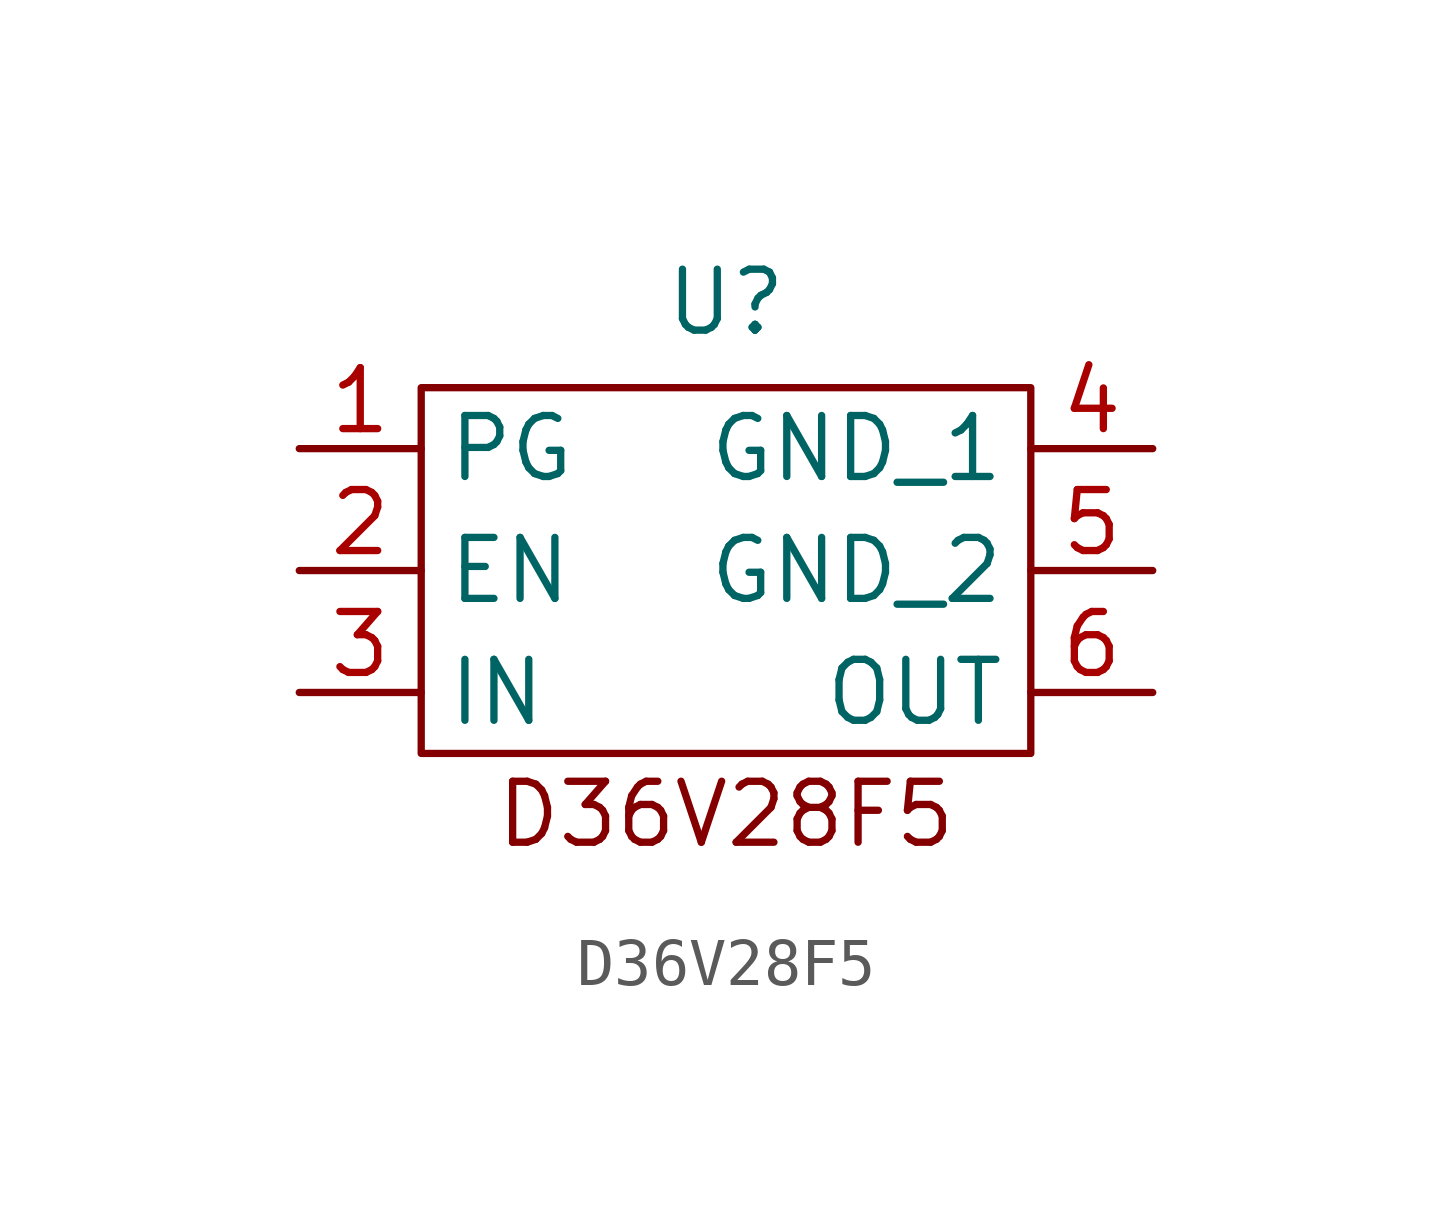
<source format=kicad_sym>
(kicad_symbol_lib
  (version 20231120)
  (generator "kicad_symbol_editor")
  (generator_version "8.0")
  (symbol "D36V28F5"
    (property "Reference" "U"
      (at 0 4.318 0)
      (effects (font (size 1.27 1.27))))
    (property "Value" ""
      (at -1.27 0 0)
      (effects (font (size 1.27 1.27))))
    (symbol "D36V28F5_0_1"
      (polyline (pts (xy -6.35 2.54) (xy 6.35 2.54) (xy 6.35 -5.08) (xy -6.35 -5.08) (xy -6.35 2.54)) (stroke (width 0) (type default)) (fill (type none))))
    (symbol "D36V28F5_1_1"
      (text "D36V28F5" (at 0 -6.35 0) (effects (font (size 1.27 1.27))))
      (pin input line (at -8.89 1.27 0) (length 2.54) (name "PG" (effects (font (size 1.27 1.27)))) (number "1" (effects (font (size 1.27 1.27)))))
      (pin input line (at -8.89 -1.27 0) (length 2.54) (name "EN" (effects (font (size 1.27 1.27)))) (number "2" (effects (font (size 1.27 1.27)))))
      (pin input line (at -8.89 -3.81 0) (length 2.54) (name "IN" (effects (font (size 1.27 1.27)))) (number "3" (effects (font (size 1.27 1.27)))))
      (pin output line (at 8.89 1.27 180) (length 2.54) (name "GND_1" (effects (font (size 1.27 1.27)))) (number "4" (effects (font (size 1.27 1.27)))))
      (pin output line (at 8.89 -1.27 180) (length 2.54) (name "GND_2" (effects (font (size 1.27 1.27)))) (number "5" (effects (font (size 1.27 1.27)))))
      (pin output line (at 8.89 -3.81 180) (length 2.54) (name "OUT" (effects (font (size 1.27 1.27)))) (number "6" (effects (font (size 1.27 1.27))))))))
</source>
